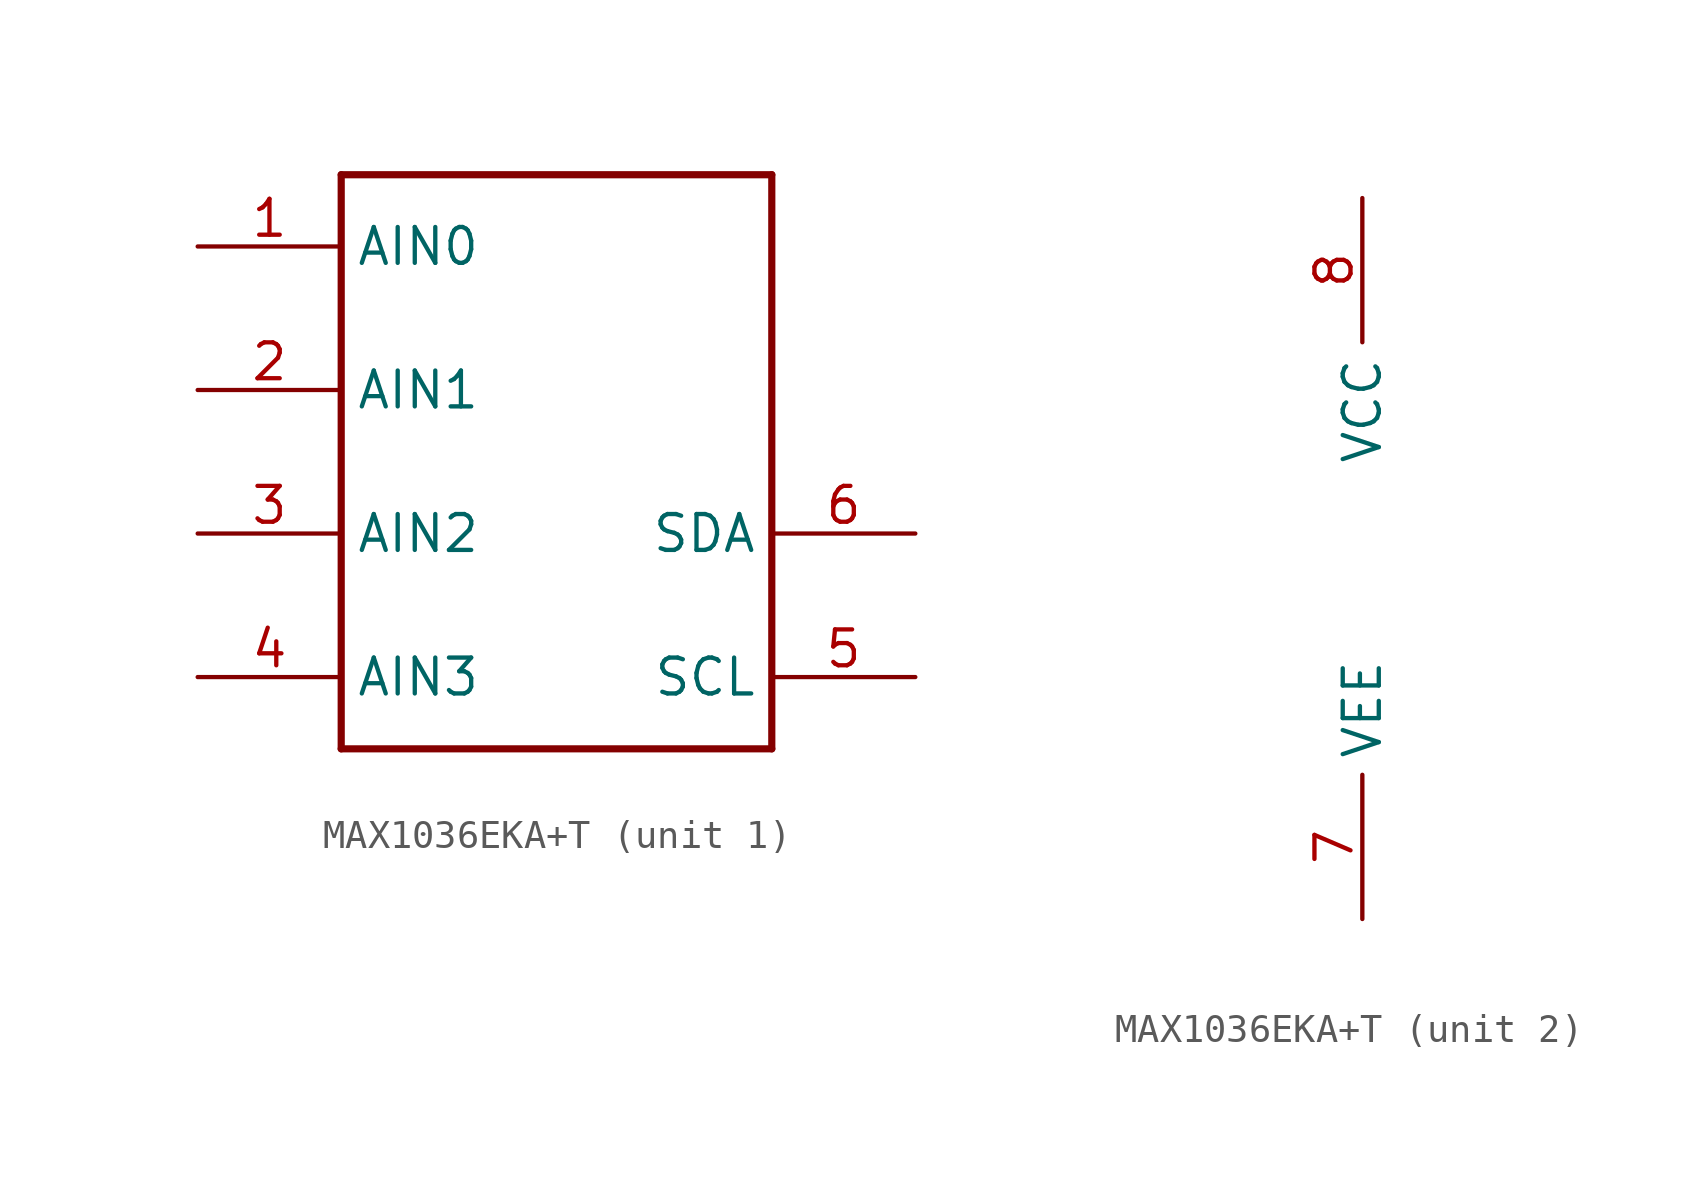
<source format=kicad_sym>
(kicad_symbol_lib
  (version 20220914)
  (generator kicad_symbol_editor)
  (symbol "MAX1036EKA+T"
    (property "Reference" ""
      (at 5.08 0 90)
      (effects (font (size 1.778 1.511)) (justify left bottom) hide))
    (property "ki_locked" ""
      (at 0 0 0)
      (effects (font (size 1.27 1.27))))
    (symbol "MAX1036EKA+T_1_0"
      (polyline (pts (xy -7.62 -10.16) (xy 7.62 -10.16)) (stroke (width 0.254) (type solid)) (fill (type none)))
      (polyline (pts (xy -7.62 10.16) (xy -7.62 -10.16)) (stroke (width 0.254) (type solid)) (fill (type none)))
      (polyline (pts (xy 7.62 -10.16) (xy 7.62 10.16)) (stroke (width 0.254) (type solid)) (fill (type none)))
      (polyline (pts (xy 7.62 10.16) (xy -7.62 10.16)) (stroke (width 0.254) (type solid)) (fill (type none)))
      (pin bidirectional line (at -12.7 7.62 0) (length 5.08) (name "AIN0" (effects (font (size 1.27 1.27)))) (number "1" (effects (font (size 1.27 1.27)))))
      (pin bidirectional line (at -12.7 2.54 0) (length 5.08) (name "AIN1" (effects (font (size 1.27 1.27)))) (number "2" (effects (font (size 1.27 1.27)))))
      (pin bidirectional line (at -12.7 -2.54 0) (length 5.08) (name "AIN2" (effects (font (size 1.27 1.27)))) (number "3" (effects (font (size 1.27 1.27)))))
      (pin bidirectional line (at -12.7 -7.62 0) (length 5.08) (name "AIN3" (effects (font (size 1.27 1.27)))) (number "4" (effects (font (size 1.27 1.27)))))
      (pin bidirectional line (at 12.7 -7.62 180) (length 5.08) (name "SCL" (effects (font (size 1.27 1.27)))) (number "5" (effects (font (size 1.27 1.27)))))
      (pin bidirectional line (at 12.7 -2.54 180) (length 5.08) (name "SDA" (effects (font (size 1.27 1.27)))) (number "6" (effects (font (size 1.27 1.27))))))
    (symbol "MAX1036EKA+T_2_0"
      (pin bidirectional line (at 0 -12.7 90) (length 5.08) (name "VEE" (effects (font (size 1.27 1.27)))) (number "7" (effects (font (size 1.27 1.27)))))
      (pin bidirectional line (at 0 12.7 270) (length 5.08) (name "VCC" (effects (font (size 1.27 1.27)))) (number "8" (effects (font (size 1.27 1.27))))))))
</source>
